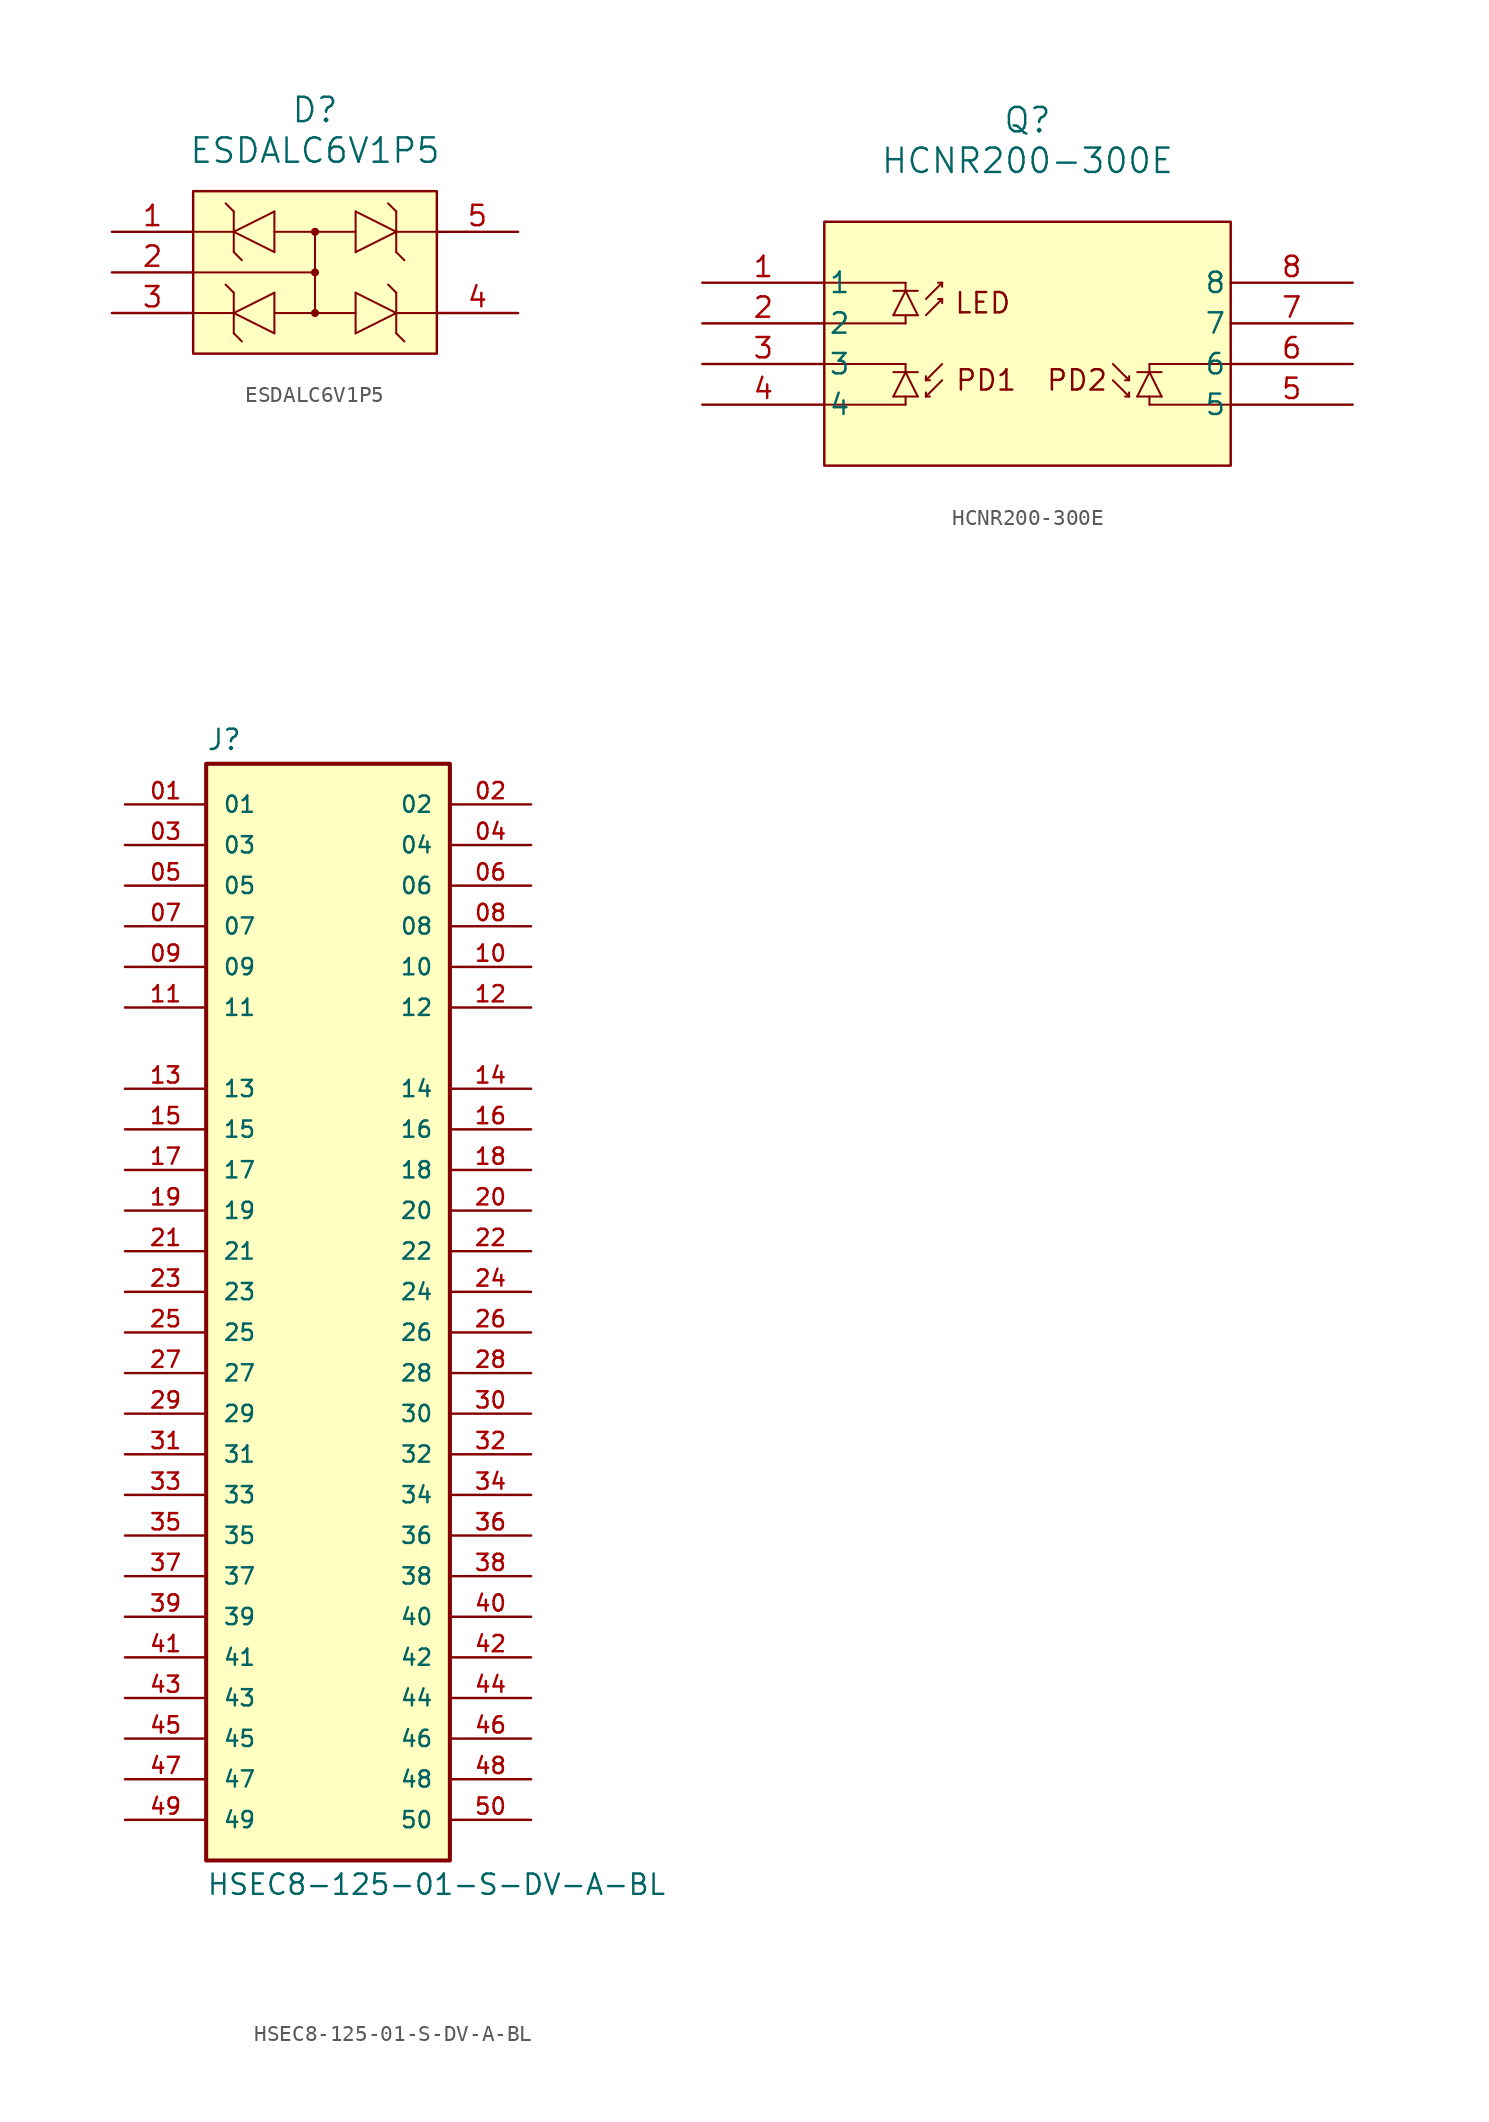
<source format=kicad_sym>
(kicad_symbol_lib
  (version 20231120)
  (generator "kicad_symbol_editor")
  (generator_version "8.0")
  (symbol "ESDALC6V1P5"
    (pin_names
      (offset 0.254))
    (property "Reference" "D"
      (at 15.24 7.62 0)
      (effects (font (size 1.524 1.524))))
    (property "Value" "ESDALC6V1P5"
      (at 15.24 5.08 0)
      (effects (font (size 1.524 1.524))))
    (symbol "ESDALC6V1P5_0_1"
      (polyline (pts (xy 7.62 -5.08) (xy 10.16 -5.08)) (stroke (width 0.127) (type default)) (fill (type none)))
      (polyline (pts (xy 10.16 -6.35) (xy 10.668 -6.858)) (stroke (width 0.127) (type default)) (fill (type none)))
      (polyline (pts (xy 10.16 -5.08) (xy 12.7 -3.81)) (stroke (width 0.127) (type default)) (fill (type none)))
      (polyline (pts (xy 10.16 -3.81) (xy 9.652 -3.302)) (stroke (width 0.127) (type default)) (fill (type none)))
      (polyline (pts (xy 10.16 -3.81) (xy 10.16 -6.35)) (stroke (width 0.127) (type default)) (fill (type none)))
      (polyline (pts (xy 10.16 -1.27) (xy 10.668 -1.778)) (stroke (width 0.127) (type default)) (fill (type none)))
      (polyline (pts (xy 10.16 0) (xy 7.62 0)) (stroke (width 0.127) (type default)) (fill (type none)))
      (polyline (pts (xy 10.16 0) (xy 12.7 1.27)) (stroke (width 0.127) (type default)) (fill (type none)))
      (polyline (pts (xy 10.16 1.27) (xy 9.652 1.778)) (stroke (width 0.127) (type default)) (fill (type none)))
      (polyline (pts (xy 10.16 1.27) (xy 10.16 -1.27)) (stroke (width 0.127) (type default)) (fill (type none)))
      (polyline (pts (xy 12.7 -6.35) (xy 10.16 -5.08)) (stroke (width 0.127) (type default)) (fill (type none)))
      (polyline (pts (xy 12.7 -5.08) (xy 17.78 -5.08)) (stroke (width 0.127) (type default)) (fill (type none)))
      (polyline (pts (xy 12.7 -3.81) (xy 12.7 -6.35)) (stroke (width 0.127) (type default)) (fill (type none)))
      (polyline (pts (xy 12.7 -1.27) (xy 10.16 0)) (stroke (width 0.127) (type default)) (fill (type none)))
      (polyline (pts (xy 12.7 0) (xy 17.78 0)) (stroke (width 0.127) (type default)) (fill (type none)))
      (polyline (pts (xy 12.7 1.27) (xy 12.7 -1.27)) (stroke (width 0.127) (type default)) (fill (type none)))
      (polyline (pts (xy 15.24 -2.54) (xy 7.62 -2.54)) (stroke (width 0.127) (type default)) (fill (type none)))
      (polyline (pts (xy 15.24 0) (xy 15.24 -5.08)) (stroke (width 0.127) (type default)) (fill (type none)))
      (polyline (pts (xy 17.78 -6.35) (xy 20.32 -5.08)) (stroke (width 0.127) (type default)) (fill (type none)))
      (polyline (pts (xy 17.78 -3.81) (xy 17.78 -6.35)) (stroke (width 0.127) (type default)) (fill (type none)))
      (polyline (pts (xy 17.78 -1.27) (xy 20.32 0)) (stroke (width 0.127) (type default)) (fill (type none)))
      (polyline (pts (xy 17.78 1.27) (xy 17.78 -1.27)) (stroke (width 0.127) (type default)) (fill (type none)))
      (polyline (pts (xy 20.32 -6.35) (xy 20.828 -6.858)) (stroke (width 0.127) (type default)) (fill (type none)))
      (polyline (pts (xy 20.32 -5.08) (xy 17.78 -3.81)) (stroke (width 0.127) (type default)) (fill (type none)))
      (polyline (pts (xy 20.32 -3.81) (xy 19.812 -3.302)) (stroke (width 0.127) (type default)) (fill (type none)))
      (polyline (pts (xy 20.32 -3.81) (xy 20.32 -6.35)) (stroke (width 0.127) (type default)) (fill (type none)))
      (polyline (pts (xy 20.32 -1.27) (xy 20.828 -1.778)) (stroke (width 0.127) (type default)) (fill (type none)))
      (polyline (pts (xy 20.32 0) (xy 17.78 1.27)) (stroke (width 0.127) (type default)) (fill (type none)))
      (polyline (pts (xy 20.32 0) (xy 22.86 0)) (stroke (width 0.127) (type default)) (fill (type none)))
      (polyline (pts (xy 20.32 1.27) (xy 19.812 1.778)) (stroke (width 0.127) (type default)) (fill (type none)))
      (polyline (pts (xy 20.32 1.27) (xy 20.32 -1.27)) (stroke (width 0.127) (type default)) (fill (type none)))
      (polyline (pts (xy 22.86 -5.08) (xy 20.32 -5.08)) (stroke (width 0.127) (type default)) (fill (type none)))
      (circle (center 15.24 -5.08) (radius 0.127) (stroke (width 0.254) (type default)) (fill (type none)))
      (circle (center 15.24 -2.54) (radius 0.127) (stroke (width 0.254) (type default)) (fill (type none)))
      (circle (center 15.24 0) (radius 0.127) (stroke (width 0.254) (type default)) (fill (type none))))
    (symbol "ESDALC6V1P5_1_1"
      (rectangle (start 7.62 2.54) (end 22.86 -7.62) (stroke (width 0) (type default)) (fill (type background)))
      (pin unspecified line (at 2.54 0 0) (length 5.08) (name "" (effects (font (size 1.27 1.27)))) (number "1" (effects (font (size 1.27 1.27)))))
      (pin unspecified line (at 2.54 -2.54 0) (length 5.08) (name "" (effects (font (size 1.27 1.27)))) (number "2" (effects (font (size 1.27 1.27)))))
      (pin unspecified line (at 2.54 -5.08 0) (length 5.08) (name "" (effects (font (size 1.27 1.27)))) (number "3" (effects (font (size 1.27 1.27)))))
      (pin unspecified line (at 27.94 -5.08 180) (length 5.08) (name "" (effects (font (size 1.27 1.27)))) (number "4" (effects (font (size 1.27 1.27)))))
      (pin unspecified line (at 27.94 0 180) (length 5.08) (name "" (effects (font (size 1.27 1.27)))) (number "5" (effects (font (size 1.27 1.27)))))))
  (symbol "HCNR200-300E"
    (pin_names
      (offset 0.254))
    (property "Reference" "Q"
      (at 20.32 10.16 0)
      (effects (font (size 1.524 1.524))))
    (property "Value" "HCNR200-300E"
      (at 20.32 7.62 0)
      (effects (font (size 1.524 1.524))))
    (symbol "HCNR200-300E_0_1"
      (polyline (pts (xy 7.62 -7.62) (xy 12.7 -7.62)) (stroke (width 0.127) (type default)) (fill (type none)))
      (polyline (pts (xy 7.62 -5.08) (xy 12.7 -5.08)) (stroke (width 0.127) (type default)) (fill (type none)))
      (polyline (pts (xy 7.62 -2.54) (xy 12.7 -2.54)) (stroke (width 0.127) (type default)) (fill (type none)))
      (polyline (pts (xy 7.62 0) (xy 12.7 0)) (stroke (width 0.127) (type default)) (fill (type none)))
      (polyline (pts (xy 11.938 -7.112) (xy 13.462 -7.112)) (stroke (width 0.127) (type default)) (fill (type none)))
      (polyline (pts (xy 11.938 -5.588) (xy 13.462 -5.588)) (stroke (width 0.127) (type default)) (fill (type none)))
      (polyline (pts (xy 11.938 -2.032) (xy 13.462 -2.032)) (stroke (width 0.127) (type default)) (fill (type none)))
      (polyline (pts (xy 11.938 -0.508) (xy 13.462 -0.508)) (stroke (width 0.127) (type default)) (fill (type none)))
      (polyline (pts (xy 12.7 -7.112) (xy 12.7 -7.62)) (stroke (width 0.127) (type default)) (fill (type none)))
      (polyline (pts (xy 12.7 -5.588) (xy 11.938 -7.112)) (stroke (width 0.127) (type default)) (fill (type none)))
      (polyline (pts (xy 12.7 -5.08) (xy 12.7 -5.588)) (stroke (width 0.127) (type default)) (fill (type none)))
      (polyline (pts (xy 12.7 -2.032) (xy 12.7 -2.54)) (stroke (width 0.127) (type default)) (fill (type none)))
      (polyline (pts (xy 12.7 -0.508) (xy 11.938 -2.032)) (stroke (width 0.127) (type default)) (fill (type none)))
      (polyline (pts (xy 12.7 0) (xy 12.7 -0.508)) (stroke (width 0.127) (type default)) (fill (type none)))
      (polyline (pts (xy 13.462 -7.112) (xy 12.7 -5.588)) (stroke (width 0.127) (type default)) (fill (type none)))
      (polyline (pts (xy 13.462 -2.032) (xy 12.7 -0.508)) (stroke (width 0.127) (type default)) (fill (type none)))
      (polyline (pts (xy 13.97 -7.112) (xy 13.97 -6.858)) (stroke (width 0.127) (type default)) (fill (type none)))
      (polyline (pts (xy 13.97 -7.112) (xy 14.224 -7.112)) (stroke (width 0.127) (type default)) (fill (type none)))
      (polyline (pts (xy 13.97 -6.096) (xy 13.97 -5.842)) (stroke (width 0.127) (type default)) (fill (type none)))
      (polyline (pts (xy 13.97 -6.096) (xy 14.224 -6.096)) (stroke (width 0.127) (type default)) (fill (type none)))
      (polyline (pts (xy 13.97 -2.032) (xy 14.986 -1.016)) (stroke (width 0.127) (type default)) (fill (type none)))
      (polyline (pts (xy 13.97 -1.016) (xy 14.986 0)) (stroke (width 0.127) (type default)) (fill (type none)))
      (polyline (pts (xy 14.986 -6.096) (xy 13.97 -7.112)) (stroke (width 0.127) (type default)) (fill (type none)))
      (polyline (pts (xy 14.986 -5.08) (xy 13.97 -6.096)) (stroke (width 0.127) (type default)) (fill (type none)))
      (polyline (pts (xy 14.986 -1.016) (xy 14.732 -1.016)) (stroke (width 0.127) (type default)) (fill (type none)))
      (polyline (pts (xy 14.986 -1.016) (xy 14.986 -1.27)) (stroke (width 0.127) (type default)) (fill (type none)))
      (polyline (pts (xy 14.986 0) (xy 14.732 0)) (stroke (width 0.127) (type default)) (fill (type none)))
      (polyline (pts (xy 14.986 0) (xy 14.986 -0.254)) (stroke (width 0.127) (type default)) (fill (type none)))
      (polyline (pts (xy 25.654 -6.096) (xy 26.67 -7.112)) (stroke (width 0.127) (type default)) (fill (type none)))
      (polyline (pts (xy 25.654 -5.08) (xy 26.67 -6.096)) (stroke (width 0.127) (type default)) (fill (type none)))
      (polyline (pts (xy 26.67 -7.112) (xy 26.416 -7.112)) (stroke (width 0.127) (type default)) (fill (type none)))
      (polyline (pts (xy 26.67 -7.112) (xy 26.67 -6.858)) (stroke (width 0.127) (type default)) (fill (type none)))
      (polyline (pts (xy 26.67 -6.096) (xy 26.416 -6.096)) (stroke (width 0.127) (type default)) (fill (type none)))
      (polyline (pts (xy 26.67 -6.096) (xy 26.67 -5.842)) (stroke (width 0.127) (type default)) (fill (type none)))
      (polyline (pts (xy 27.178 -7.112) (xy 27.94 -5.588)) (stroke (width 0.127) (type default)) (fill (type none)))
      (polyline (pts (xy 27.94 -7.112) (xy 27.94 -7.62)) (stroke (width 0.127) (type default)) (fill (type none)))
      (polyline (pts (xy 27.94 -5.588) (xy 28.702 -7.112)) (stroke (width 0.127) (type default)) (fill (type none)))
      (polyline (pts (xy 27.94 -5.08) (xy 27.94 -5.588)) (stroke (width 0.127) (type default)) (fill (type none)))
      (polyline (pts (xy 28.702 -7.112) (xy 27.178 -7.112)) (stroke (width 0.127) (type default)) (fill (type none)))
      (polyline (pts (xy 28.702 -5.588) (xy 27.178 -5.588)) (stroke (width 0.127) (type default)) (fill (type none)))
      (polyline (pts (xy 33.02 -7.62) (xy 27.94 -7.62)) (stroke (width 0.127) (type default)) (fill (type none)))
      (polyline (pts (xy 33.02 -5.08) (xy 27.94 -5.08)) (stroke (width 0.127) (type default)) (fill (type none)))
      (pin unspecified line (at 0 0 0) (length 7.62) (name "1" (effects (font (size 1.27 1.27)))) (number "1" (effects (font (size 1.27 1.27)))))
      (pin unspecified line (at 0 -2.54 0) (length 7.62) (name "2" (effects (font (size 1.27 1.27)))) (number "2" (effects (font (size 1.27 1.27)))))
      (pin unspecified line (at 0 -5.08 0) (length 7.62) (name "3" (effects (font (size 1.27 1.27)))) (number "3" (effects (font (size 1.27 1.27)))))
      (pin unspecified line (at 0 -7.62 0) (length 7.62) (name "4" (effects (font (size 1.27 1.27)))) (number "4" (effects (font (size 1.27 1.27)))))
      (pin unspecified line (at 40.64 -7.62 180) (length 7.62) (name "5" (effects (font (size 1.27 1.27)))) (number "5" (effects (font (size 1.27 1.27)))))
      (pin unspecified line (at 40.64 -5.08 180) (length 7.62) (name "6" (effects (font (size 1.27 1.27)))) (number "6" (effects (font (size 1.27 1.27)))))
      (pin unspecified line (at 40.64 -2.54 180) (length 7.62) (name "7" (effects (font (size 1.27 1.27)))) (number "7" (effects (font (size 1.27 1.27)))))
      (pin unspecified line (at 40.64 0 180) (length 7.62) (name "8" (effects (font (size 1.27 1.27)))) (number "8" (effects (font (size 1.27 1.27))))))
    (symbol "HCNR200-300E_1_1"
      (rectangle (start 7.62 3.81) (end 33.02 -11.43) (stroke (width 0) (type default)) (fill (type background)))
      (text "LED" (at 17.526 -1.27 0) (effects (font (size 1.27 1.27))))
      (text "PD1  PD2" (at 20.574 -6.096 0) (effects (font (size 1.27 1.27))))))
  (symbol "HSEC8-125-01-S-DV-A-BL"
    (pin_names
      (offset 1.016))
    (property "Reference" "J"
      (at -7.62 33.782 0)
      (effects (font (size 1.27 1.27)) (justify left bottom)))
    (property "Value" "HSEC8-125-01-S-DV-A-BL"
      (at -7.62 -36.322 0)
      (effects (font (size 1.27 1.27)) (justify left top)))
    (symbol "HSEC8-125-01-S-DV-A-BL_0_0"
      (rectangle (start -7.62 -35.56) (end 7.62 33.02) (stroke (width 0.254) (type default)) (fill (type background)))
      (pin passive line (at -12.7 30.48 0) (length 5.08) (name "01" (effects (font (size 1.016 1.016)))) (number "01" (effects (font (size 1.016 1.016)))))
      (pin passive line (at 12.7 30.48 180) (length 5.08) (name "02" (effects (font (size 1.016 1.016)))) (number "02" (effects (font (size 1.016 1.016)))))
      (pin passive line (at -12.7 27.94 0) (length 5.08) (name "03" (effects (font (size 1.016 1.016)))) (number "03" (effects (font (size 1.016 1.016)))))
      (pin passive line (at 12.7 27.94 180) (length 5.08) (name "04" (effects (font (size 1.016 1.016)))) (number "04" (effects (font (size 1.016 1.016)))))
      (pin passive line (at -12.7 25.4 0) (length 5.08) (name "05" (effects (font (size 1.016 1.016)))) (number "05" (effects (font (size 1.016 1.016)))))
      (pin passive line (at 12.7 25.4 180) (length 5.08) (name "06" (effects (font (size 1.016 1.016)))) (number "06" (effects (font (size 1.016 1.016)))))
      (pin passive line (at -12.7 22.86 0) (length 5.08) (name "07" (effects (font (size 1.016 1.016)))) (number "07" (effects (font (size 1.016 1.016)))))
      (pin passive line (at 12.7 22.86 180) (length 5.08) (name "08" (effects (font (size 1.016 1.016)))) (number "08" (effects (font (size 1.016 1.016)))))
      (pin passive line (at -12.7 20.32 0) (length 5.08) (name "09" (effects (font (size 1.016 1.016)))) (number "09" (effects (font (size 1.016 1.016)))))
      (pin passive line (at 12.7 20.32 180) (length 5.08) (name "10" (effects (font (size 1.016 1.016)))) (number "10" (effects (font (size 1.016 1.016)))))
      (pin passive line (at -12.7 17.78 0) (length 5.08) (name "11" (effects (font (size 1.016 1.016)))) (number "11" (effects (font (size 1.016 1.016)))))
      (pin passive line (at 12.7 17.78 180) (length 5.08) (name "12" (effects (font (size 1.016 1.016)))) (number "12" (effects (font (size 1.016 1.016)))))
      (pin passive line (at -12.7 12.7 0) (length 5.08) (name "13" (effects (font (size 1.016 1.016)))) (number "13" (effects (font (size 1.016 1.016)))))
      (pin passive line (at 12.7 12.7 180) (length 5.08) (name "14" (effects (font (size 1.016 1.016)))) (number "14" (effects (font (size 1.016 1.016)))))
      (pin passive line (at -12.7 10.16 0) (length 5.08) (name "15" (effects (font (size 1.016 1.016)))) (number "15" (effects (font (size 1.016 1.016)))))
      (pin passive line (at 12.7 10.16 180) (length 5.08) (name "16" (effects (font (size 1.016 1.016)))) (number "16" (effects (font (size 1.016 1.016)))))
      (pin passive line (at -12.7 7.62 0) (length 5.08) (name "17" (effects (font (size 1.016 1.016)))) (number "17" (effects (font (size 1.016 1.016)))))
      (pin passive line (at 12.7 7.62 180) (length 5.08) (name "18" (effects (font (size 1.016 1.016)))) (number "18" (effects (font (size 1.016 1.016)))))
      (pin passive line (at -12.7 5.08 0) (length 5.08) (name "19" (effects (font (size 1.016 1.016)))) (number "19" (effects (font (size 1.016 1.016)))))
      (pin passive line (at 12.7 5.08 180) (length 5.08) (name "20" (effects (font (size 1.016 1.016)))) (number "20" (effects (font (size 1.016 1.016)))))
      (pin passive line (at -12.7 2.54 0) (length 5.08) (name "21" (effects (font (size 1.016 1.016)))) (number "21" (effects (font (size 1.016 1.016)))))
      (pin passive line (at 12.7 2.54 180) (length 5.08) (name "22" (effects (font (size 1.016 1.016)))) (number "22" (effects (font (size 1.016 1.016)))))
      (pin passive line (at -12.7 0 0) (length 5.08) (name "23" (effects (font (size 1.016 1.016)))) (number "23" (effects (font (size 1.016 1.016)))))
      (pin passive line (at 12.7 0 180) (length 5.08) (name "24" (effects (font (size 1.016 1.016)))) (number "24" (effects (font (size 1.016 1.016)))))
      (pin passive line (at -12.7 -2.54 0) (length 5.08) (name "25" (effects (font (size 1.016 1.016)))) (number "25" (effects (font (size 1.016 1.016)))))
      (pin passive line (at 12.7 -2.54 180) (length 5.08) (name "26" (effects (font (size 1.016 1.016)))) (number "26" (effects (font (size 1.016 1.016)))))
      (pin passive line (at -12.7 -5.08 0) (length 5.08) (name "27" (effects (font (size 1.016 1.016)))) (number "27" (effects (font (size 1.016 1.016)))))
      (pin passive line (at 12.7 -5.08 180) (length 5.08) (name "28" (effects (font (size 1.016 1.016)))) (number "28" (effects (font (size 1.016 1.016)))))
      (pin passive line (at -12.7 -7.62 0) (length 5.08) (name "29" (effects (font (size 1.016 1.016)))) (number "29" (effects (font (size 1.016 1.016)))))
      (pin passive line (at 12.7 -7.62 180) (length 5.08) (name "30" (effects (font (size 1.016 1.016)))) (number "30" (effects (font (size 1.016 1.016)))))
      (pin passive line (at -12.7 -10.16 0) (length 5.08) (name "31" (effects (font (size 1.016 1.016)))) (number "31" (effects (font (size 1.016 1.016)))))
      (pin passive line (at 12.7 -10.16 180) (length 5.08) (name "32" (effects (font (size 1.016 1.016)))) (number "32" (effects (font (size 1.016 1.016)))))
      (pin passive line (at -12.7 -12.7 0) (length 5.08) (name "33" (effects (font (size 1.016 1.016)))) (number "33" (effects (font (size 1.016 1.016)))))
      (pin passive line (at 12.7 -12.7 180) (length 5.08) (name "34" (effects (font (size 1.016 1.016)))) (number "34" (effects (font (size 1.016 1.016)))))
      (pin passive line (at -12.7 -15.24 0) (length 5.08) (name "35" (effects (font (size 1.016 1.016)))) (number "35" (effects (font (size 1.016 1.016)))))
      (pin passive line (at 12.7 -15.24 180) (length 5.08) (name "36" (effects (font (size 1.016 1.016)))) (number "36" (effects (font (size 1.016 1.016)))))
      (pin passive line (at -12.7 -17.78 0) (length 5.08) (name "37" (effects (font (size 1.016 1.016)))) (number "37" (effects (font (size 1.016 1.016)))))
      (pin passive line (at 12.7 -17.78 180) (length 5.08) (name "38" (effects (font (size 1.016 1.016)))) (number "38" (effects (font (size 1.016 1.016)))))
      (pin passive line (at -12.7 -20.32 0) (length 5.08) (name "39" (effects (font (size 1.016 1.016)))) (number "39" (effects (font (size 1.016 1.016)))))
      (pin passive line (at 12.7 -20.32 180) (length 5.08) (name "40" (effects (font (size 1.016 1.016)))) (number "40" (effects (font (size 1.016 1.016)))))
      (pin passive line (at -12.7 -22.86 0) (length 5.08) (name "41" (effects (font (size 1.016 1.016)))) (number "41" (effects (font (size 1.016 1.016)))))
      (pin passive line (at 12.7 -22.86 180) (length 5.08) (name "42" (effects (font (size 1.016 1.016)))) (number "42" (effects (font (size 1.016 1.016)))))
      (pin passive line (at -12.7 -25.4 0) (length 5.08) (name "43" (effects (font (size 1.016 1.016)))) (number "43" (effects (font (size 1.016 1.016)))))
      (pin passive line (at 12.7 -25.4 180) (length 5.08) (name "44" (effects (font (size 1.016 1.016)))) (number "44" (effects (font (size 1.016 1.016)))))
      (pin passive line (at -12.7 -27.94 0) (length 5.08) (name "45" (effects (font (size 1.016 1.016)))) (number "45" (effects (font (size 1.016 1.016)))))
      (pin passive line (at 12.7 -27.94 180) (length 5.08) (name "46" (effects (font (size 1.016 1.016)))) (number "46" (effects (font (size 1.016 1.016)))))
      (pin passive line (at -12.7 -30.48 0) (length 5.08) (name "47" (effects (font (size 1.016 1.016)))) (number "47" (effects (font (size 1.016 1.016)))))
      (pin passive line (at 12.7 -30.48 180) (length 5.08) (name "48" (effects (font (size 1.016 1.016)))) (number "48" (effects (font (size 1.016 1.016)))))
      (pin passive line (at -12.7 -33.02 0) (length 5.08) (name "49" (effects (font (size 1.016 1.016)))) (number "49" (effects (font (size 1.016 1.016)))))
      (pin passive line (at 12.7 -33.02 180) (length 5.08) (name "50" (effects (font (size 1.016 1.016)))) (number "50" (effects (font (size 1.016 1.016))))))))
</source>
